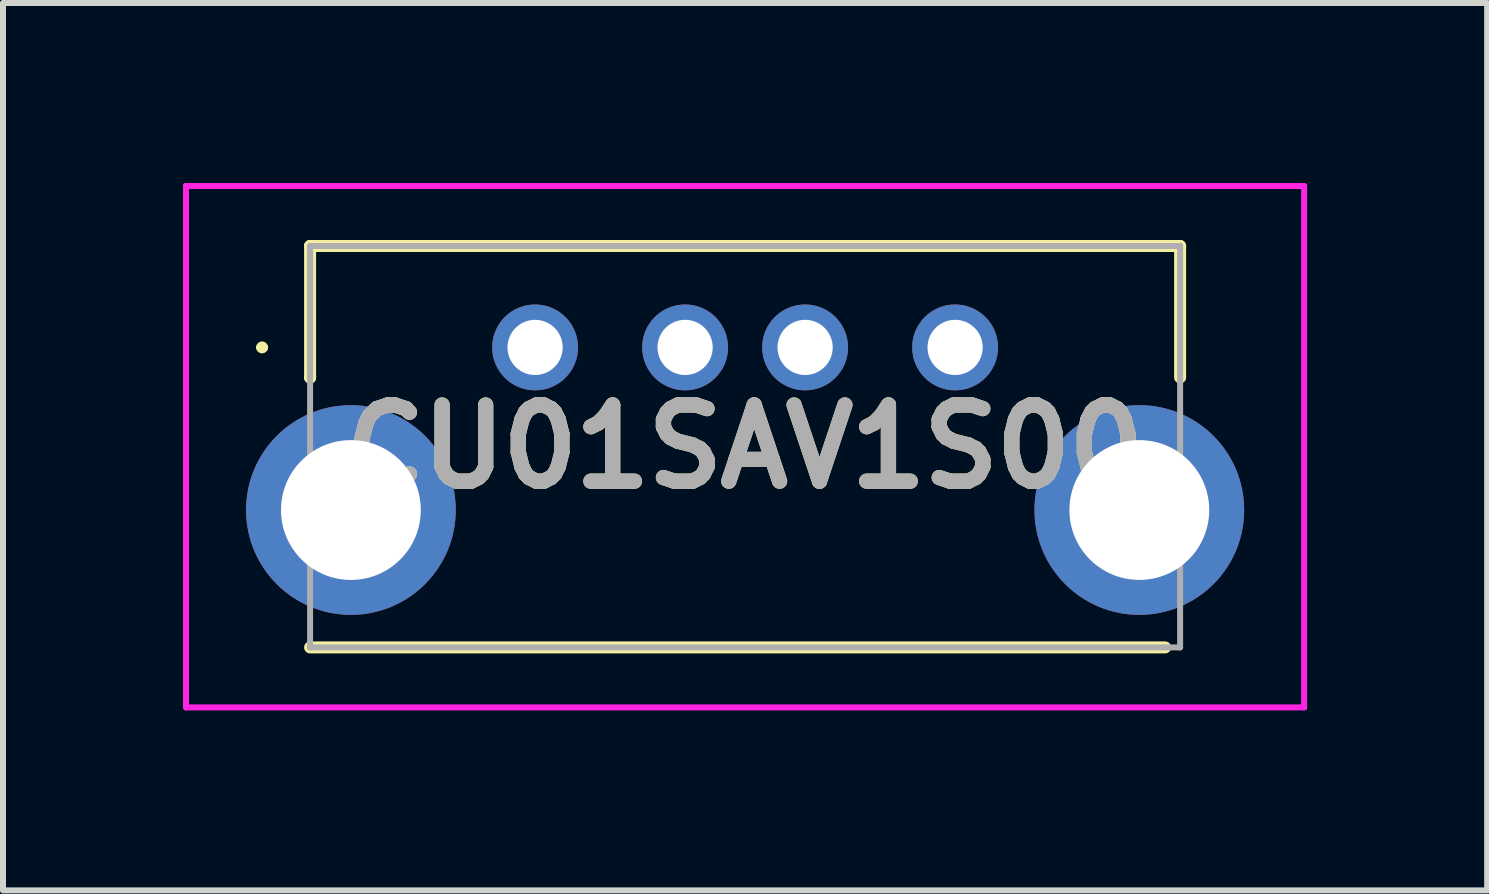
<source format=kicad_pcb>
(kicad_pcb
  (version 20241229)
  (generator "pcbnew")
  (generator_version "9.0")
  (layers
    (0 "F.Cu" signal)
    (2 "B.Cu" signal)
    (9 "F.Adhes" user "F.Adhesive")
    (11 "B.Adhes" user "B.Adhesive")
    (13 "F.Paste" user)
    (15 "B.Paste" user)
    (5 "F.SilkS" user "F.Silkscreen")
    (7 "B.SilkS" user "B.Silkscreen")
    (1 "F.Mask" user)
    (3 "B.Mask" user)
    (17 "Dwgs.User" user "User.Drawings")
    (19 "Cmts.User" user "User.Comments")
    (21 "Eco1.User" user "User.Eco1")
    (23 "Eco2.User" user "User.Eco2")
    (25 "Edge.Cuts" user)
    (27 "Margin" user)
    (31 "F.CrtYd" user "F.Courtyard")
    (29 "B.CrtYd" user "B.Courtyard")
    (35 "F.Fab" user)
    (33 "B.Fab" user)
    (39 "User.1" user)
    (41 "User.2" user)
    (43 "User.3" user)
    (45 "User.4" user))
  (footprint "CU01SAV1S00"
    (layer "F.Cu")
    (at 5.868 2.74)
    (property "Reference" "CU01SAV1S00" (at 3.5 1.655 0) (layer "F.SilkS") (effects (font (size 1.27 1.27) (thickness 0.254))))
    (attr through_hole)
    (fp_line (start -4.6 0) (end -4.6 0) (stroke (width 0.1) (type solid)) (layer "F.SilkS"))
    (fp_line (start -4.5 0) (end -4.5 0) (stroke (width 0.1) (type solid)) (layer "F.SilkS"))
    (fp_line (start -3.75 -1.69) (end -3.75 -1.69) (stroke (width 0.2) (type solid)) (layer "F.SilkS"))
    (fp_line (start -3.75 -1.69) (end 10.75 -1.69) (stroke (width 0.2) (type solid)) (layer "F.SilkS"))
    (fp_line (start -3.75 0.5) (end -3.75 -1.69) (stroke (width 0.2) (type solid)) (layer "F.SilkS"))
    (fp_line (start -3.75 0.5) (end -3.75 0.5) (stroke (width 0.2) (type solid)) (layer "F.SilkS"))
    (fp_line (start -3.75 0.5) (end -3.75 0.5) (stroke (width 0.2) (type solid)) (layer "F.SilkS"))
    (fp_line (start -3.75 5) (end 10.5 5) (stroke (width 0.2) (type solid)) (layer "F.SilkS"))
    (fp_line (start 10.75 -1.69) (end 10.75 0.5) (stroke (width 0.2) (type solid)) (layer "F.SilkS"))
    (fp_arc (start -4.6 0) (mid -4.55 -0.05) (end -4.5 0) (stroke (width 0.1) (type solid)) (layer "F.SilkS"))
    (fp_arc (start -4.5 0) (mid -4.55 0.05) (end -4.6 0) (stroke (width 0.1) (type solid)) (layer "F.SilkS"))
    (fp_line (start -5.818 -2.69) (end 12.817 -2.69) (stroke (width 0.1) (type solid)) (layer "F.CrtYd"))
    (fp_line (start -5.818 6) (end -5.818 -2.69) (stroke (width 0.1) (type solid)) (layer "F.CrtYd"))
    (fp_line (start 12.817 -2.69) (end 12.817 6) (stroke (width 0.1) (type solid)) (layer "F.CrtYd"))
    (fp_line (start 12.817 6) (end -5.818 6) (stroke (width 0.1) (type solid)) (layer "F.CrtYd"))
    (fp_line (start -3.75 -1.69) (end 10.75 -1.69) (stroke (width 0.1) (type solid)) (layer "F.Fab"))
    (fp_line (start -3.75 5) (end -3.75 -1.69) (stroke (width 0.1) (type solid)) (layer "F.Fab"))
    (fp_line (start 10.75 -1.69) (end 10.75 5) (stroke (width 0.1) (type solid)) (layer "F.Fab"))
    (fp_line (start 10.75 5) (end -3.75 5) (stroke (width 0.1) (type solid)) (layer "F.Fab"))
    (fp_text user "${REFERENCE}" (at 3.5 1.655 0) (layer "F.Fab") (effects (font (size 1.27 1.27) (thickness 0.254))))
    (pad "1" thru_hole circle (at 0 0) (size 1.431 1.431) (drill 0.92) (layers "*.Cu" "*.Mask"))
    (pad "2" thru_hole circle (at 2.5 0) (size 1.431 1.431) (drill 0.92) (layers "*.Cu" "*.Mask"))
    (pad "3" thru_hole circle (at 4.5 0) (size 1.431 1.431) (drill 0.92) (layers "*.Cu" "*.Mask"))
    (pad "4" thru_hole circle (at 7 0) (size 1.431 1.431) (drill 0.92) (layers "*.Cu" "*.Mask"))
    (pad "MH1" thru_hole circle (at -3.07 2.71) (size 3.495 3.495) (drill 2.33) (layers "*.Cu" "*.Mask"))
    (pad "MH2" thru_hole circle (at 10.07 2.71) (size 3.495 3.495) (drill 2.33) (layers "*.Cu" "*.Mask")))
  (gr_rect
    (start -3 -3)
    (end 21.735 11.79)
    (stroke (width 0.1) (type default))
    (fill no)
    (layer "Edge.Cuts")))
</source>
